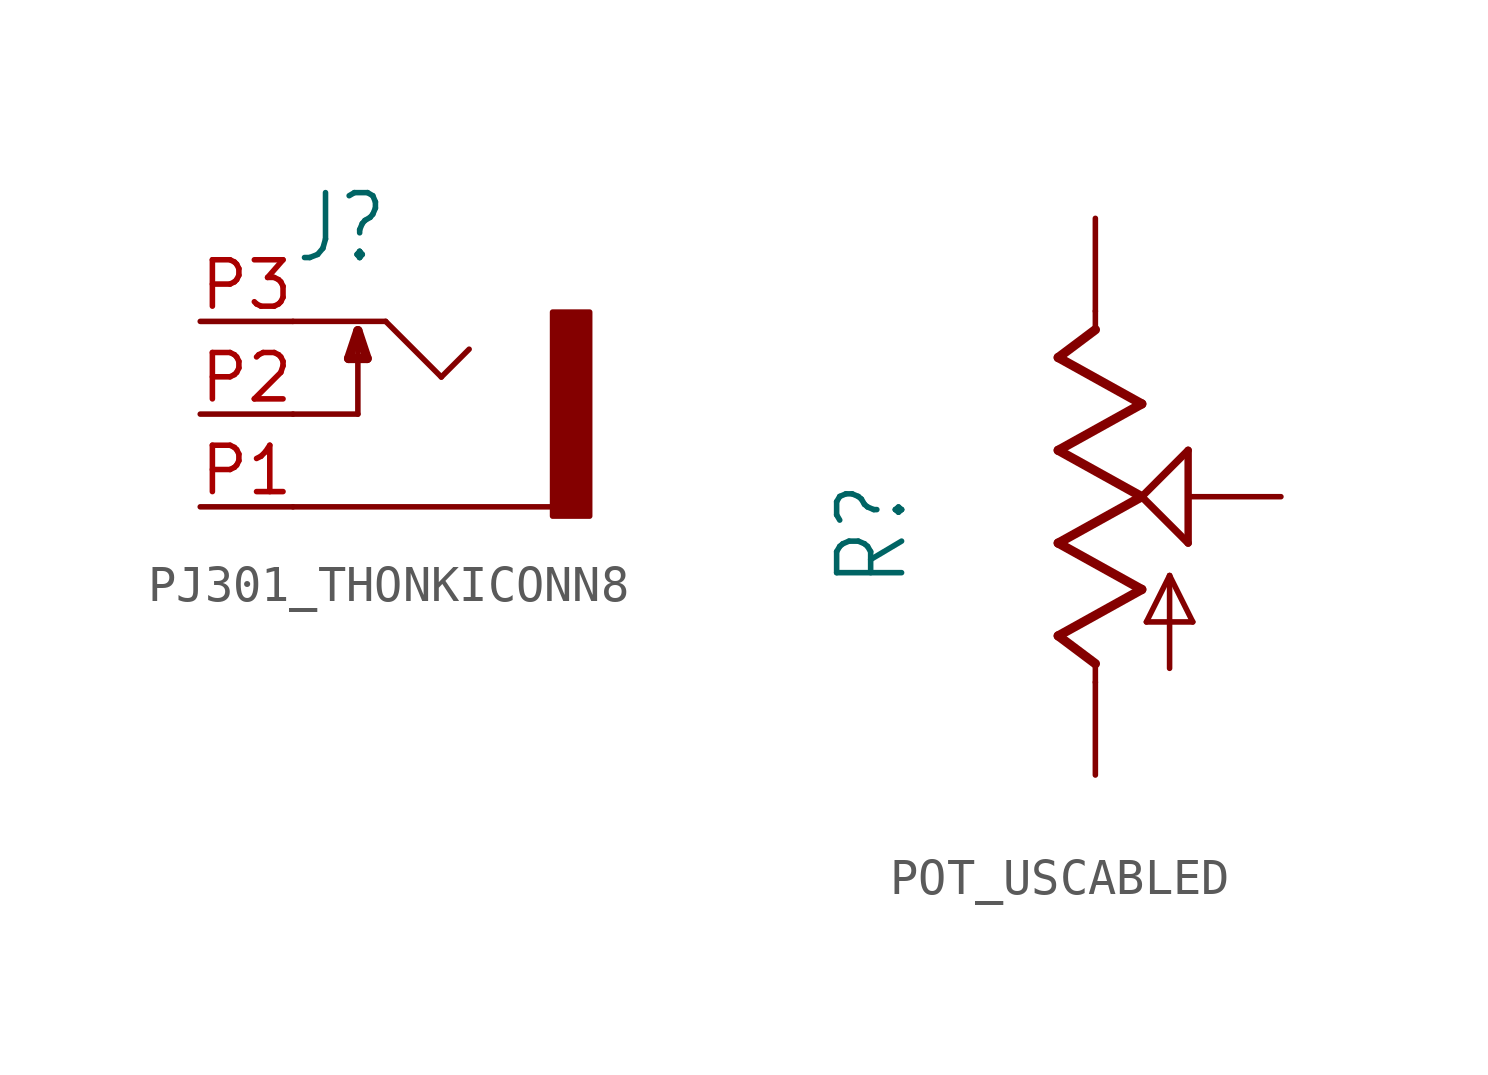
<source format=kicad_sym>
(kicad_symbol_lib
  (version 20231120)
  (generator "kicad_symbol_editor")
  (generator_version "8.0")
  (symbol "PJ301_THONKICONN8"
    (property "Reference" "J"
      (at -2.54 4.064 0)
      (effects (font (size 1.778 1.511)) (justify left bottom)))
    (property "ki_locked" ""
      (at 0 0 0)
      (effects (font (size 1.27 1.27))))
    (symbol "PJ301_THONKICONN8_1_0"
      (polyline (pts (xy -2.54 -2.54) (xy 4.572 -2.54)) (stroke (width 0.152) (type solid)) (fill (type none)))
      (polyline (pts (xy -2.54 0) (xy -0.762 0)) (stroke (width 0.152) (type solid)) (fill (type none)))
      (polyline (pts (xy -2.54 2.54) (xy 0 2.54)) (stroke (width 0.152) (type solid)) (fill (type none)))
      (polyline (pts (xy -1.016 1.524) (xy -0.508 1.524)) (stroke (width 0.254) (type solid)) (fill (type none)))
      (polyline (pts (xy -0.762 0) (xy -0.762 2.286)) (stroke (width 0.152) (type solid)) (fill (type none)))
      (polyline (pts (xy -0.762 2.286) (xy -1.016 1.524)) (stroke (width 0.254) (type solid)) (fill (type none)))
      (polyline (pts (xy -0.508 1.524) (xy -0.762 2.286)) (stroke (width 0.254) (type solid)) (fill (type none)))
      (polyline (pts (xy 0 2.54) (xy 1.524 1.016)) (stroke (width 0.152) (type solid)) (fill (type none)))
      (polyline (pts (xy 1.524 1.016) (xy 2.286 1.778)) (stroke (width 0.152) (type solid)) (fill (type none)))
      (rectangle (start 4.572 2.794) (end 5.588 -2.794) (stroke (width 0) (type default)) (fill (type outline)))
      (pin passive line (at -5.08 -2.54 0) (length 2.54) (name "1" (effects (font (size 0 0)))) (number "P1" (effects (font (size 1.27 1.27)))))
      (pin passive line (at -5.08 0 0) (length 2.54) (name "2" (effects (font (size 0 0)))) (number "P2" (effects (font (size 1.27 1.27)))))
      (pin passive line (at -5.08 2.54 0) (length 2.54) (name "3" (effects (font (size 0 0)))) (number "P3" (effects (font (size 1.27 1.27)))))))
  (symbol "POT_USCABLED"
    (property "Reference" "R"
      (at -5.08 -2.54 90)
      (effects (font (size 1.778 1.511)) (justify left bottom)))
    (property "Value" ""
      (at -2.54 -2.54 90)
      (effects (font (size 1.778 1.511)) (justify left bottom)))
    (property "ki_locked" ""
      (at 0 0 0)
      (effects (font (size 1.27 1.27))))
    (symbol "POT_USCABLED_1_0"
      (polyline (pts (xy -1.016 -3.81) (xy 1.27 -2.54)) (stroke (width 0.254) (type solid)) (fill (type none)))
      (polyline (pts (xy -1.016 -1.27) (xy 1.27 0)) (stroke (width 0.254) (type solid)) (fill (type none)))
      (polyline (pts (xy -1.016 1.27) (xy 1.27 2.54)) (stroke (width 0.254) (type solid)) (fill (type none)))
      (polyline (pts (xy -1.016 3.81) (xy 0 4.572)) (stroke (width 0.254) (type solid)) (fill (type none)))
      (polyline (pts (xy 0 -5.08) (xy 0 -4.572)) (stroke (width 0.152) (type solid)) (fill (type none)))
      (polyline (pts (xy 0 -4.572) (xy -1.016 -3.81)) (stroke (width 0.254) (type solid)) (fill (type none)))
      (polyline (pts (xy 0 4.572) (xy 0 5.08)) (stroke (width 0.152) (type solid)) (fill (type none)))
      (polyline (pts (xy 1.27 -2.54) (xy -1.016 -1.27)) (stroke (width 0.254) (type solid)) (fill (type none)))
      (polyline (pts (xy 1.27 0) (xy -1.016 1.27)) (stroke (width 0.254) (type solid)) (fill (type none)))
      (polyline (pts (xy 1.27 0) (xy 2.54 1.27)) (stroke (width 0.203) (type solid)) (fill (type none)))
      (polyline (pts (xy 1.27 2.54) (xy -1.016 3.81)) (stroke (width 0.254) (type solid)) (fill (type none)))
      (polyline (pts (xy 1.397 -3.429) (xy 2.032 -2.159)) (stroke (width 0.152) (type solid)) (fill (type none)))
      (polyline (pts (xy 2.032 -4.699) (xy 2.032 -2.159)) (stroke (width 0.152) (type solid)) (fill (type none)))
      (polyline (pts (xy 2.032 -2.159) (xy 2.667 -3.429)) (stroke (width 0.152) (type solid)) (fill (type none)))
      (polyline (pts (xy 2.54 -1.27) (xy 1.27 0)) (stroke (width 0.203) (type solid)) (fill (type none)))
      (polyline (pts (xy 2.54 1.27) (xy 2.54 -1.27)) (stroke (width 0.203) (type solid)) (fill (type none)))
      (polyline (pts (xy 2.667 -3.429) (xy 1.397 -3.429)) (stroke (width 0.152) (type solid)) (fill (type none)))
      (pin passive line (at 0 -7.62 90) (length 2.54) (name "A" (effects (font (size 0 0)))) (number "A" (effects (font (size 0 0)))))
      (pin passive line (at 0 7.62 270) (length 2.54) (name "E" (effects (font (size 0 0)))) (number "E" (effects (font (size 0 0)))))
      (pin passive line (at 5.08 0 180) (length 2.54) (name "S" (effects (font (size 0 0)))) (number "S" (effects (font (size 0 0))))))))
</source>
